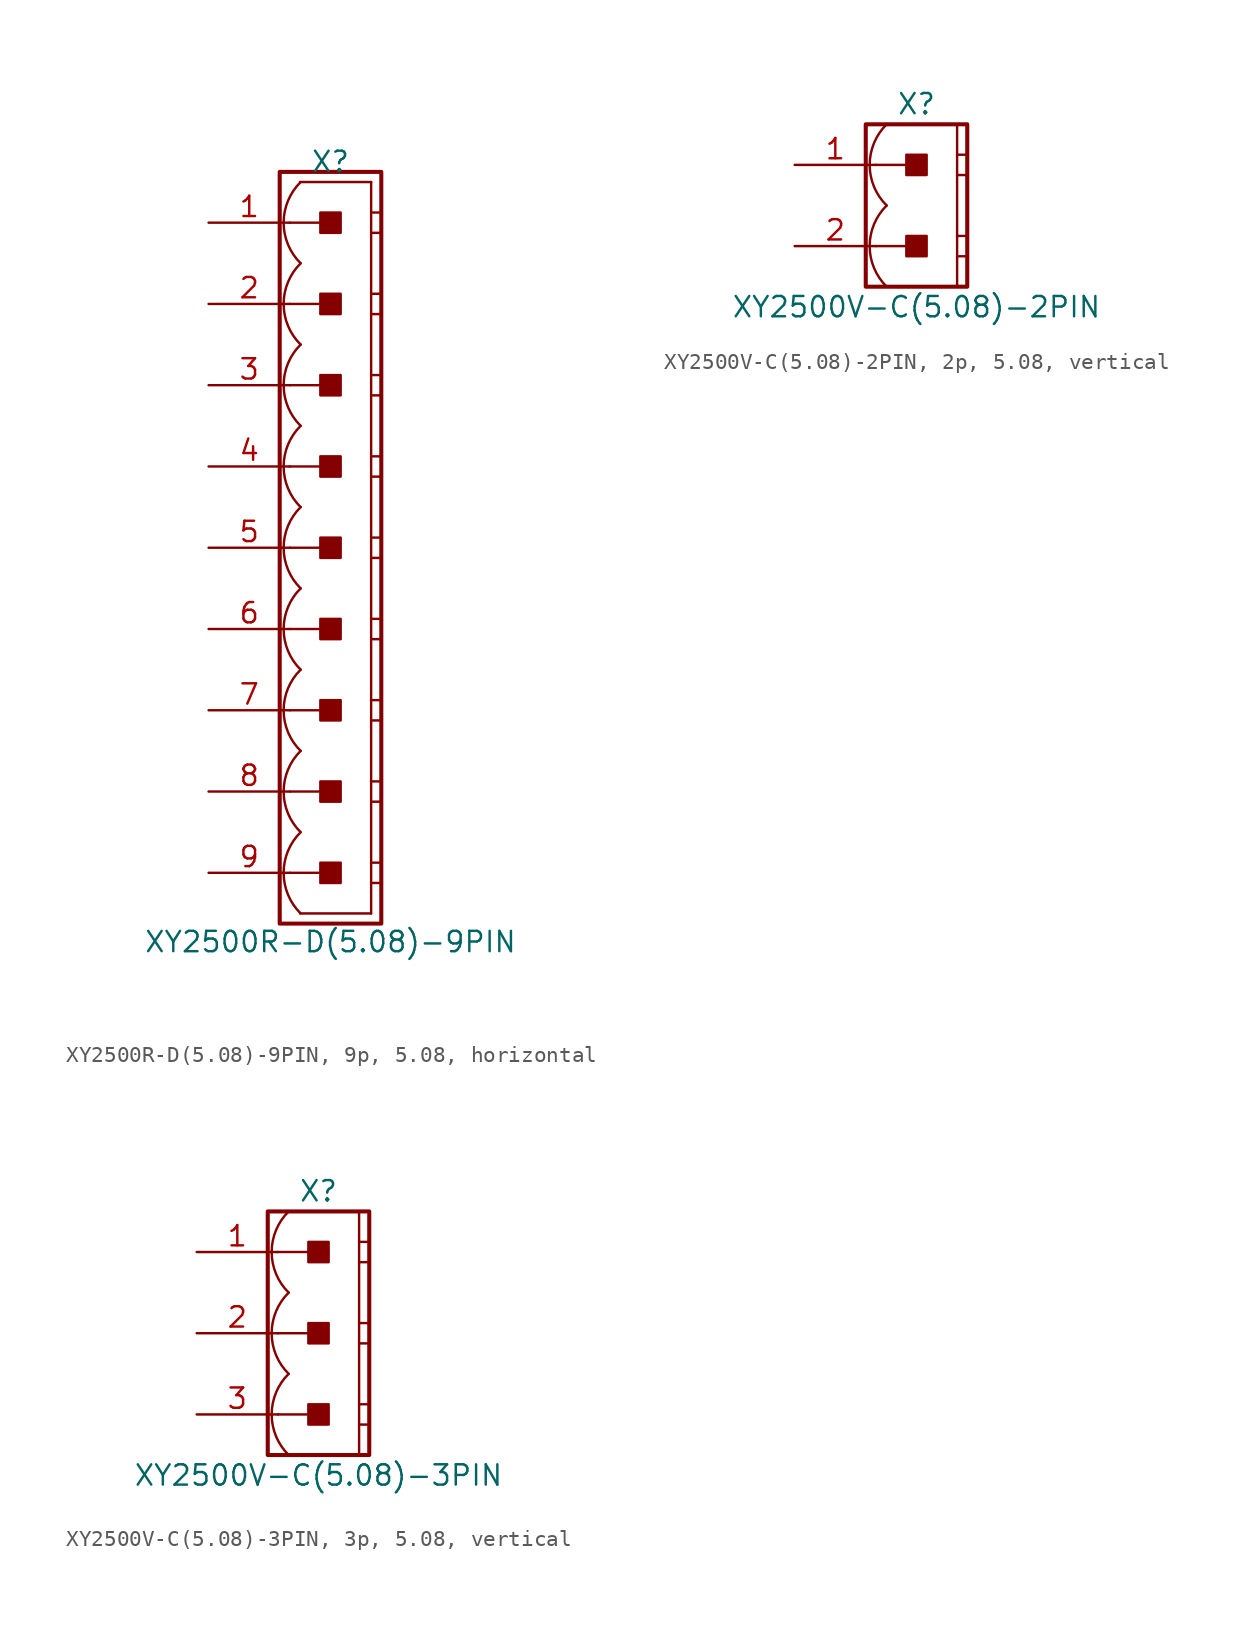
<source format=kicad_sym>
(kicad_symbol_lib
  (version 20241209)
  (generator "kicad_symbol_editor")
  (generator_version "9.0")
  (symbol "XY2500R-D(5.08)-9PIN, 9p, 5.08, horizontal"
    (pin_names
      (offset 1.016)
      (hide yes))
    (property "Reference" "X"
      (at 0 24.13 0)
      (effects (font (size 1.27 1.27))))
    (property "Value" "XY2500R-D(5.08)-9PIN"
      (at 0 -24.638 0)
      (effects (font (size 1.27 1.27))))
    (symbol "XY2500R-D(5.08)-9PIN, 9p, 5.08, horizontal_0_1"
      (polyline (pts (xy 2.54 22.86) (xy -1.905 22.86)) (stroke (width 0.152) (type default)) (fill (type none)))
      (polyline (pts (xy 2.54 22.86) (xy 2.54 -22.86)) (stroke (width 0.152) (type default)) (fill (type none)))
      (polyline (pts (xy 2.54 20.955) (xy 3.175 20.955)) (stroke (width 0.152) (type default)) (fill (type none)))
      (polyline (pts (xy 2.54 19.685) (xy 3.175 19.685)) (stroke (width 0.152) (type default)) (fill (type none)))
      (polyline (pts (xy 2.54 15.875) (xy 3.175 15.875)) (stroke (width 0.152) (type default)) (fill (type none)))
      (polyline (pts (xy 2.54 14.605) (xy 3.175 14.605)) (stroke (width 0.152) (type default)) (fill (type none)))
      (polyline (pts (xy 2.54 10.795) (xy 3.175 10.795)) (stroke (width 0.152) (type default)) (fill (type none)))
      (polyline (pts (xy 2.54 9.525) (xy 3.175 9.525)) (stroke (width 0.152) (type default)) (fill (type none)))
      (polyline (pts (xy 2.54 5.715) (xy 3.175 5.715)) (stroke (width 0.152) (type default)) (fill (type none)))
      (polyline (pts (xy 2.54 4.445) (xy 3.175 4.445)) (stroke (width 0.152) (type default)) (fill (type none)))
      (polyline (pts (xy 2.54 0.635) (xy 3.175 0.635)) (stroke (width 0.152) (type default)) (fill (type none)))
      (polyline (pts (xy 2.54 -0.635) (xy 3.175 -0.635)) (stroke (width 0.152) (type default)) (fill (type none)))
      (polyline (pts (xy 2.54 -4.445) (xy 3.175 -4.445)) (stroke (width 0.152) (type default)) (fill (type none)))
      (polyline (pts (xy 2.54 -5.715) (xy 3.175 -5.715)) (stroke (width 0.152) (type default)) (fill (type none)))
      (polyline (pts (xy 2.54 -9.525) (xy 3.175 -9.525)) (stroke (width 0.152) (type default)) (fill (type none)))
      (polyline (pts (xy 2.54 -10.795) (xy 3.175 -10.795)) (stroke (width 0.152) (type default)) (fill (type none)))
      (polyline (pts (xy 2.54 -14.605) (xy 3.175 -14.605)) (stroke (width 0.152) (type default)) (fill (type none)))
      (polyline (pts (xy 2.54 -15.875) (xy 3.175 -15.875)) (stroke (width 0.152) (type default)) (fill (type none)))
      (polyline (pts (xy 2.54 -19.685) (xy 3.175 -19.685)) (stroke (width 0.152) (type default)) (fill (type none)))
      (polyline (pts (xy 2.54 -20.955) (xy 3.175 -20.955)) (stroke (width 0.152) (type default)) (fill (type none)))
      (polyline (pts (xy 2.54 -22.86) (xy -1.905 -22.86)) (stroke (width 0.152) (type default)) (fill (type none))))
    (symbol "XY2500R-D(5.08)-9PIN, 9p, 5.08, horizontal_1_0"
      (polyline (pts (xy -2.54 20.32) (xy 0 20.32)) (stroke (width 0.152) (type default)) (fill (type none)))
      (polyline (pts (xy -2.54 15.24) (xy 0 15.24)) (stroke (width 0.152) (type default)) (fill (type none)))
      (polyline (pts (xy -2.54 10.16) (xy 0 10.16)) (stroke (width 0.152) (type default)) (fill (type none)))
      (polyline (pts (xy -2.54 5.08) (xy 0 5.08)) (stroke (width 0.152) (type default)) (fill (type none)))
      (polyline (pts (xy -2.54 0) (xy 0 0)) (stroke (width 0.152) (type default)) (fill (type none)))
      (polyline (pts (xy -2.54 -5.08) (xy 0 -5.08)) (stroke (width 0.152) (type default)) (fill (type none)))
      (polyline (pts (xy -2.54 -10.16) (xy 0 -10.16)) (stroke (width 0.152) (type default)) (fill (type none)))
      (polyline (pts (xy -2.54 -15.24) (xy 0 -15.24)) (stroke (width 0.152) (type default)) (fill (type none)))
      (polyline (pts (xy -2.54 -20.32) (xy 0 -20.32)) (stroke (width 0.152) (type default)) (fill (type none))))
    (symbol "XY2500R-D(5.08)-9PIN, 9p, 5.08, horizontal_1_1"
      (rectangle (start -3.175 23.495) (end 3.175 -23.495) (stroke (width 0.254) (type default)) (fill (type none)))
      (rectangle (start -0.635 19.685) (end 0.635 20.955) (stroke (width 0.152) (type default)) (fill (type outline)))
      (rectangle (start -0.635 14.605) (end 0.635 15.875) (stroke (width 0.152) (type default)) (fill (type outline)))
      (rectangle (start -0.635 9.525) (end 0.635 10.795) (stroke (width 0.152) (type default)) (fill (type outline)))
      (rectangle (start -0.635 4.445) (end 0.635 5.715) (stroke (width 0.152) (type default)) (fill (type outline)))
      (rectangle (start -0.635 -0.635) (end 0.635 0.635) (stroke (width 0.152) (type default)) (fill (type outline)))
      (rectangle (start -0.635 -5.715) (end 0.635 -4.445) (stroke (width 0.152) (type default)) (fill (type outline)))
      (rectangle (start -0.635 -10.795) (end 0.635 -9.525) (stroke (width 0.152) (type default)) (fill (type outline)))
      (rectangle (start -0.635 -15.875) (end 0.635 -14.605) (stroke (width 0.152) (type default)) (fill (type outline)))
      (rectangle (start -0.635 -20.955) (end 0.635 -19.685) (stroke (width 0.152) (type default)) (fill (type outline)))
      (arc (start -1.8664 17.78) (mid -2.9299 20.32) (end -1.8664 22.86) (stroke (width 0.1524) (type default)) (fill (type none)))
      (arc (start -1.8664 12.7) (mid -2.9299 15.24) (end -1.8664 17.78) (stroke (width 0.1524) (type default)) (fill (type none)))
      (arc (start -1.8664 7.62) (mid -2.9299 10.16) (end -1.8664 12.7) (stroke (width 0.1524) (type default)) (fill (type none)))
      (arc (start -1.8664 2.54) (mid -2.9299 5.08) (end -1.8664 7.62) (stroke (width 0.1524) (type default)) (fill (type none)))
      (arc (start -1.8664 -2.54) (mid -2.9299 0) (end -1.8664 2.54) (stroke (width 0.1524) (type default)) (fill (type none)))
      (arc (start -1.8664 -7.62) (mid -2.9299 -5.08) (end -1.8664 -2.54) (stroke (width 0.1524) (type default)) (fill (type none)))
      (arc (start -1.8664 -12.7) (mid -2.9299 -10.16) (end -1.8664 -7.62) (stroke (width 0.1524) (type default)) (fill (type none)))
      (arc (start -1.8664 -17.78) (mid -2.9299 -15.24) (end -1.8664 -12.7) (stroke (width 0.1524) (type default)) (fill (type none)))
      (arc (start -1.8664 -22.86) (mid -2.9299 -20.32) (end -1.8664 -17.78) (stroke (width 0.1524) (type default)) (fill (type none)))
      (pin passive line (at -7.62 20.32 0) (length 5.08) (name "1" (effects (font (size 1.27 1.27)))) (number "1" (effects (font (size 1.27 1.27)))))
      (pin passive line (at -7.62 15.24 0) (length 5.08) (name "2" (effects (font (size 1.27 1.27)))) (number "2" (effects (font (size 1.27 1.27)))))
      (pin passive line (at -7.62 10.16 0) (length 5.08) (name "3" (effects (font (size 1.27 1.27)))) (number "3" (effects (font (size 1.27 1.27)))))
      (pin passive line (at -7.62 5.08 0) (length 5.08) (name "4" (effects (font (size 1.27 1.27)))) (number "4" (effects (font (size 1.27 1.27)))))
      (pin passive line (at -7.62 0 0) (length 5.08) (name "5" (effects (font (size 1.27 1.27)))) (number "5" (effects (font (size 1.27 1.27)))))
      (pin passive line (at -7.62 -5.08 0) (length 5.08) (name "6" (effects (font (size 1.27 1.27)))) (number "6" (effects (font (size 1.27 1.27)))))
      (pin passive line (at -7.62 -10.16 0) (length 5.08) (name "7" (effects (font (size 1.27 1.27)))) (number "7" (effects (font (size 1.27 1.27)))))
      (pin passive line (at -7.62 -15.24 0) (length 5.08) (name "8" (effects (font (size 1.27 1.27)))) (number "8" (effects (font (size 1.27 1.27)))))
      (pin passive line (at -7.62 -20.32 0) (length 5.08) (name "9" (effects (font (size 1.27 1.27)))) (number "9" (effects (font (size 1.27 1.27)))))))
  (symbol "XY2500V-C(5.08)-2PIN, 2p, 5.08, vertical"
    (pin_names
      (offset 1.016)
      (hide yes))
    (property "Reference" "X"
      (at 0 6.35 0)
      (effects (font (size 1.27 1.27))))
    (property "Value" "XY2500V-C(5.08)-2PIN"
      (at 0 -6.35 0)
      (effects (font (size 1.27 1.27))))
    (symbol "XY2500V-C(5.08)-2PIN, 2p, 5.08, vertical_0_1"
      (polyline (pts (xy 2.54 5.08) (xy 2.54 -5.08)) (stroke (width 0.152) (type default)) (fill (type none)))
      (polyline (pts (xy 2.54 3.175) (xy 3.175 3.175)) (stroke (width 0.152) (type default)) (fill (type none)))
      (polyline (pts (xy 2.54 1.905) (xy 3.175 1.905)) (stroke (width 0.152) (type default)) (fill (type none)))
      (polyline (pts (xy 2.54 -1.905) (xy 3.175 -1.905)) (stroke (width 0.152) (type default)) (fill (type none)))
      (polyline (pts (xy 2.54 -3.175) (xy 3.175 -3.175)) (stroke (width 0.152) (type default)) (fill (type none))))
    (symbol "XY2500V-C(5.08)-2PIN, 2p, 5.08, vertical_1_0"
      (polyline (pts (xy -2.54 2.54) (xy 0 2.54)) (stroke (width 0.152) (type default)) (fill (type none)))
      (polyline (pts (xy -2.54 -2.54) (xy 0 -2.54)) (stroke (width 0.152) (type default)) (fill (type none))))
    (symbol "XY2500V-C(5.08)-2PIN, 2p, 5.08, vertical_1_1"
      (rectangle (start -3.175 5.08) (end 3.175 -5.08) (stroke (width 0.254) (type default)) (fill (type none)))
      (rectangle (start -0.635 1.905) (end 0.635 3.175) (stroke (width 0.152) (type default)) (fill (type outline)))
      (rectangle (start -0.635 -3.175) (end 0.635 -1.905) (stroke (width 0.152) (type default)) (fill (type outline)))
      (arc (start -1.8664 0) (mid -2.9299 2.54) (end -1.8664 5.08) (stroke (width 0.1524) (type default)) (fill (type none)))
      (arc (start -1.8664 -5.08) (mid -2.9299 -2.54) (end -1.8664 0) (stroke (width 0.1524) (type default)) (fill (type none)))
      (pin passive line (at -7.62 2.54 0) (length 5.08) (name "1" (effects (font (size 1.27 1.27)))) (number "1" (effects (font (size 1.27 1.27)))))
      (pin passive line (at -7.62 -2.54 0) (length 5.08) (name "2" (effects (font (size 1.27 1.27)))) (number "2" (effects (font (size 1.27 1.27)))))))
  (symbol "XY2500V-C(5.08)-3PIN, 3p, 5.08, vertical"
    (pin_names
      (offset 1.016)
      (hide yes))
    (property "Reference" "X"
      (at 0 8.89 0)
      (effects (font (size 1.27 1.27))))
    (property "Value" "XY2500V-C(5.08)-3PIN"
      (at 0 -8.89 0)
      (effects (font (size 1.27 1.27))))
    (symbol "XY2500V-C(5.08)-3PIN, 3p, 5.08, vertical_0_1"
      (polyline (pts (xy 2.54 7.62) (xy 2.54 -7.62)) (stroke (width 0.152) (type default)) (fill (type none)))
      (polyline (pts (xy 2.54 5.715) (xy 3.175 5.715)) (stroke (width 0.152) (type default)) (fill (type none)))
      (polyline (pts (xy 2.54 4.445) (xy 3.175 4.445)) (stroke (width 0.152) (type default)) (fill (type none)))
      (polyline (pts (xy 2.54 0.635) (xy 3.175 0.635)) (stroke (width 0.152) (type default)) (fill (type none)))
      (polyline (pts (xy 2.54 -0.635) (xy 3.175 -0.635)) (stroke (width 0.152) (type default)) (fill (type none)))
      (polyline (pts (xy 2.54 -4.445) (xy 3.175 -4.445)) (stroke (width 0.152) (type default)) (fill (type none)))
      (polyline (pts (xy 2.54 -5.715) (xy 3.175 -5.715)) (stroke (width 0.152) (type default)) (fill (type none))))
    (symbol "XY2500V-C(5.08)-3PIN, 3p, 5.08, vertical_1_0"
      (polyline (pts (xy -2.54 5.08) (xy 0 5.08)) (stroke (width 0.152) (type default)) (fill (type none)))
      (polyline (pts (xy -2.54 0) (xy 0 0)) (stroke (width 0.152) (type default)) (fill (type none)))
      (polyline (pts (xy -2.54 -5.08) (xy 0 -5.08)) (stroke (width 0.152) (type default)) (fill (type none))))
    (symbol "XY2500V-C(5.08)-3PIN, 3p, 5.08, vertical_1_1"
      (rectangle (start -3.175 7.62) (end 3.175 -7.62) (stroke (width 0.254) (type default)) (fill (type none)))
      (rectangle (start -0.635 4.445) (end 0.635 5.715) (stroke (width 0.152) (type default)) (fill (type outline)))
      (rectangle (start -0.635 -0.635) (end 0.635 0.635) (stroke (width 0.152) (type default)) (fill (type outline)))
      (rectangle (start -0.635 -5.715) (end 0.635 -4.445) (stroke (width 0.152) (type default)) (fill (type outline)))
      (arc (start -1.8664 2.54) (mid -2.9299 5.08) (end -1.8664 7.62) (stroke (width 0.1524) (type default)) (fill (type none)))
      (arc (start -1.8664 -2.54) (mid -2.9299 0) (end -1.8664 2.54) (stroke (width 0.1524) (type default)) (fill (type none)))
      (arc (start -1.8664 -7.62) (mid -2.9299 -5.08) (end -1.8664 -2.54) (stroke (width 0.1524) (type default)) (fill (type none)))
      (pin passive line (at -7.62 5.08 0) (length 5.08) (name "1" (effects (font (size 1.27 1.27)))) (number "1" (effects (font (size 1.27 1.27)))))
      (pin passive line (at -7.62 0 0) (length 5.08) (name "2" (effects (font (size 1.27 1.27)))) (number "2" (effects (font (size 1.27 1.27)))))
      (pin passive line (at -7.62 -5.08 0) (length 5.08) (name "3" (effects (font (size 1.27 1.27)))) (number "3" (effects (font (size 1.27 1.27))))))))
</source>
